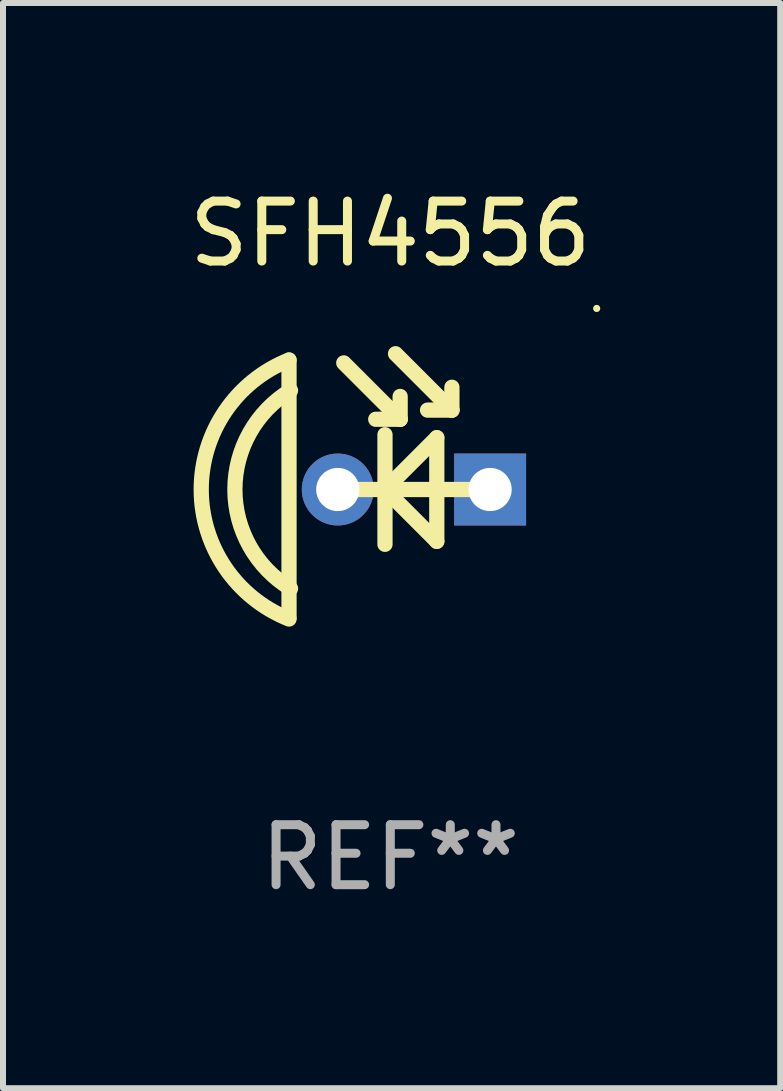
<source format=kicad_pcb>
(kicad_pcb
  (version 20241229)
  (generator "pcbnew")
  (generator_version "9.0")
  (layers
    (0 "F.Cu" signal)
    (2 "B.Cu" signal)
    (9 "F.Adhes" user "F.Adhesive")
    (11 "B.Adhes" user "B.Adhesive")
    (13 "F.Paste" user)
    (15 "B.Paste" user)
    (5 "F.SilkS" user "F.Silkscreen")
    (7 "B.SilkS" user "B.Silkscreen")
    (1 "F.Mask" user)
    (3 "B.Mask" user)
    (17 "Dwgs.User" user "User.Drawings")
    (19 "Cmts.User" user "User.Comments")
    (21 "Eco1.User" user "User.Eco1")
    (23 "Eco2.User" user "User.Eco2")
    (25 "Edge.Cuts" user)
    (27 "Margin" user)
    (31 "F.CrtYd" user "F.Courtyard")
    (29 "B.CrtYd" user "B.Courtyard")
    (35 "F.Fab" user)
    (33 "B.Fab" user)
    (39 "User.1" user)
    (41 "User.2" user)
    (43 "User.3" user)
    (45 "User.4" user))
  (footprint "SFH4556"
    (layer "F.Cu")
    (at 3.458 5.047)
    (property "Reference" "SFH4556" (at 0 -4.199 0) (layer "F.SilkS") (effects (font (size 1 1) (thickness 0.15))))
    (attr through_hole)
    (fp_line (start -1.689 -2.094) (end -1.689 2.199) (stroke (width 0.254) (type solid)) (layer "F.SilkS"))
    (fp_line (start -0.776 -2.046) (end 0.164 -1.106) (stroke (width 0.254) (type solid)) (layer "F.SilkS"))
    (fp_line (start -0.089 -0.849) (end -0.089 0.979) (stroke (width 0.254) (type solid)) (layer "F.SilkS"))
    (fp_line (start -0.064 0.04) (end 0.775 -0.799) (stroke (width 0.254) (type solid)) (layer "F.SilkS"))
    (fp_line (start -0.064 0.09) (end -0.089 0.09) (stroke (width 0.254) (type solid)) (layer "F.SilkS"))
    (fp_line (start 0.087 -2.199) (end 1.027 -1.259) (stroke (width 0.254) (type solid)) (layer "F.SilkS"))
    (fp_line (start 0.164 -1.106) (end -0.243 -1.106) (stroke (width 0.254) (type solid)) (layer "F.SilkS"))
    (fp_line (start 0.164 -1.106) (end 0.164 -1.487) (stroke (width 0.254) (type solid)) (layer "F.SilkS"))
    (fp_line (start 0.775 -0.799) (end 0.775 0.929) (stroke (width 0.254) (type solid)) (layer "F.SilkS"))
    (fp_line (start 0.775 0.929) (end -0.064 0.09) (stroke (width 0.254) (type solid)) (layer "F.SilkS"))
    (fp_line (start 1.027 -1.259) (end 0.621 -1.259) (stroke (width 0.254) (type solid)) (layer "F.SilkS"))
    (fp_line (start 1.027 -1.259) (end 1.027 -1.64) (stroke (width 0.254) (type solid)) (layer "F.SilkS"))
    (fp_line (start 1.689 0.065) (end -0.876 0.065) (stroke (width 0.254) (type solid)) (layer "F.SilkS"))
    (fp_arc (start -1.689103 2.224028) (mid -3.152898 0.065024) (end -1.689104 -2.09398) (stroke (width 0.254001) (type solid)) (layer "F.SilkS"))
    (fp_arc (start -1.663703 1.716027) (mid -2.591496 0.065024) (end -1.663703 -1.585979) (stroke (width 0.254001) (type solid)) (layer "F.SilkS"))
    (fp_circle (center 3.441 -2.954) (end 3.471 -2.954) (stroke (width 0.06) (type solid)) (fill no) (layer "F.SilkS"))
    (fp_text user "REF**" (at 0 6.199 0) (layer "F.Fab") (effects (font (size 1 1) (thickness 0.15))))
    (pad "1" thru_hole rect (at 1.664 0.065) (size 1.2 1.2) (drill 0.72) (layers "*.Cu" "*.Mask"))
    (pad "2" thru_hole circle (at -0.876 0.065) (size 1.2 1.2) (drill 0.72) (layers "*.Cu" "*.Mask")))
  (gr_rect
    (start -3 -3)
    (end 9.959 15.094)
    (stroke (width 0.1) (type default))
    (fill no)
    (layer "Edge.Cuts")))
</source>
